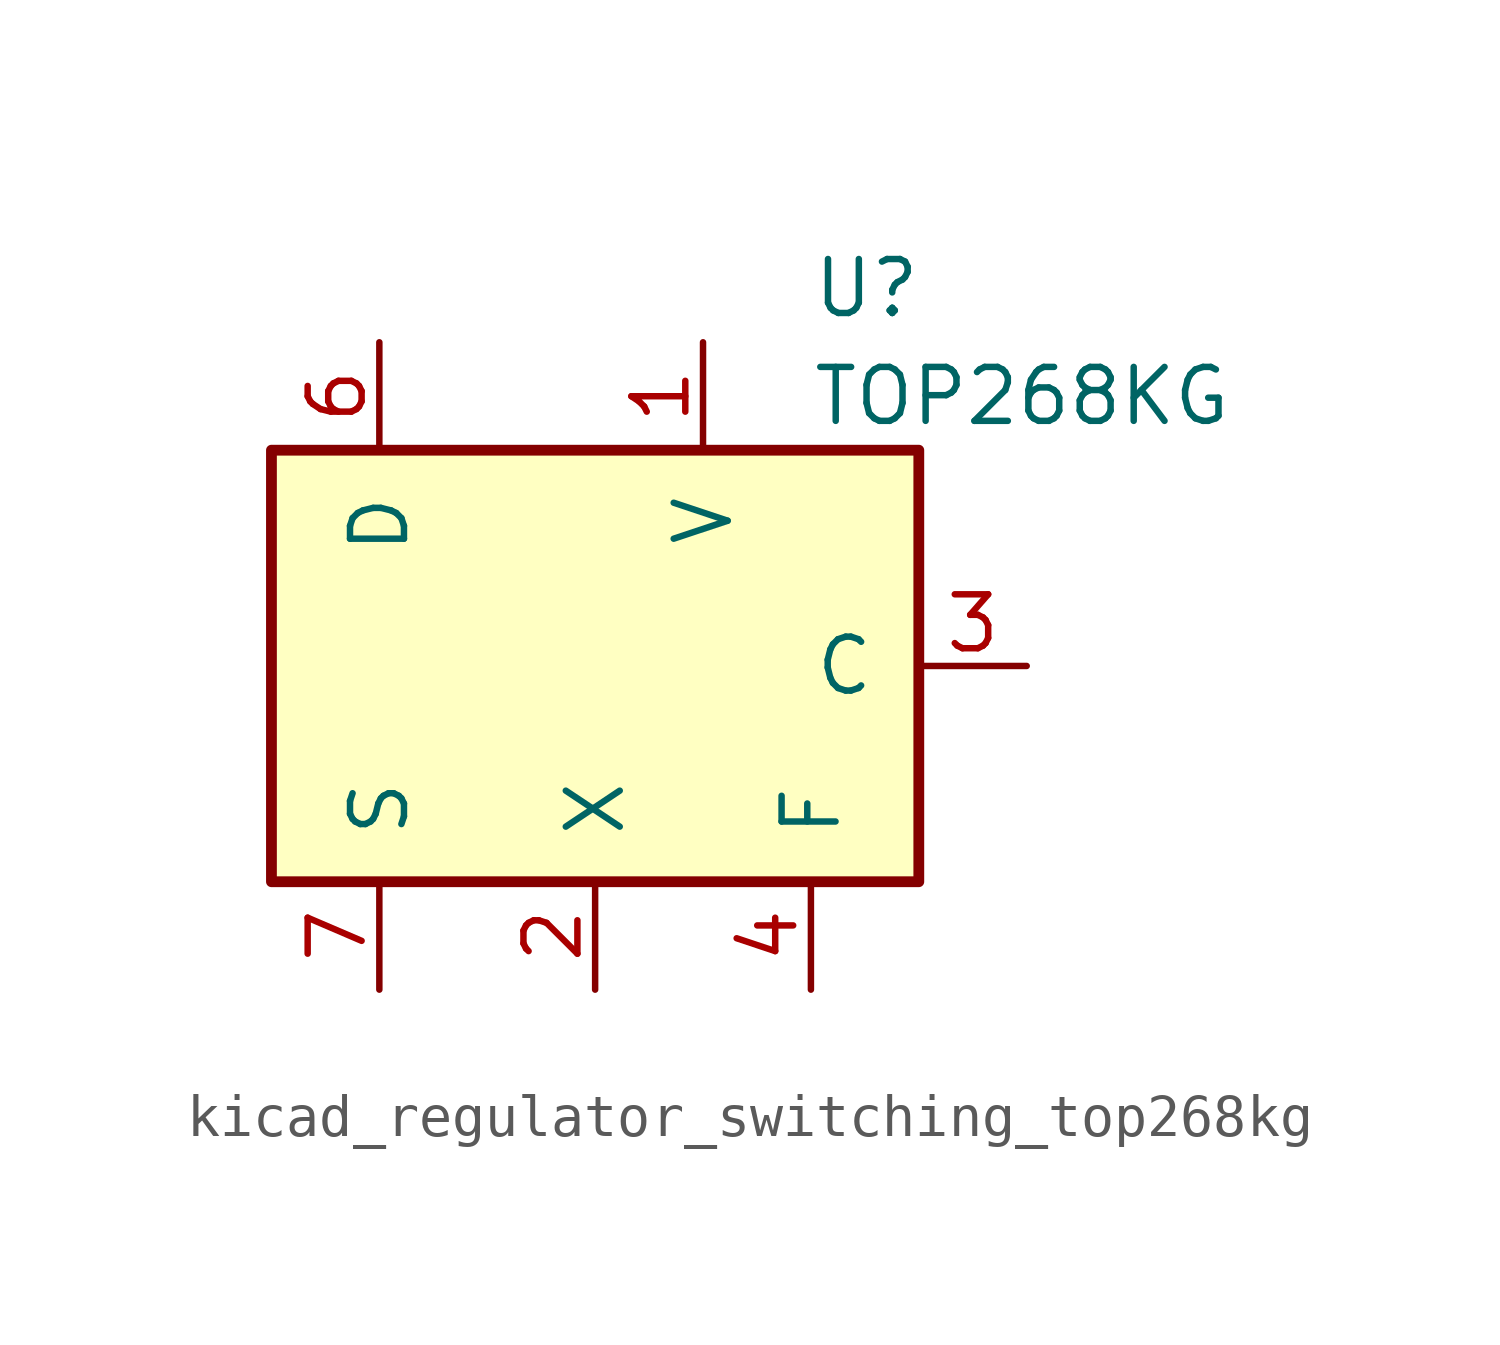
<source format=kicad_sym>
(kicad_symbol_lib
  (version 20220914)
  (generator kicad_symbol_editor)
  (symbol "kicad_regulator_switching_top268kg"
    (pin_names
      (offset 1.016))
    (property "Reference" "U"
      (at 5.08 8.89 0)
      (effects (font (size 1.27 1.27)) (justify left)))
    (property "Value" "TOP268KG"
      (at 5.08 6.35 0)
      (effects (font (size 1.27 1.27)) (justify left)))
    (symbol "kicad_regulator_switching_top268kg_0_1"
      (rectangle (start -7.62 5.08) (end 7.62 -5.08) (stroke (width 0.254) (type default)) (fill (type background))))
    (symbol "kicad_regulator_switching_top268kg_1_1"
      (pin input line (at 2.54 7.62 270) (length 2.54) (name "V" (effects (font (size 1.27 1.27)))) (number "1" (effects (font (size 1.27 1.27)))))
      (pin passive line (at -5.08 -7.62 90) (length 2.54) hide (name "S" (effects (font (size 1.27 1.27)))) (number "10" (effects (font (size 1.27 1.27)))))
      (pin passive line (at -5.08 -7.62 90) (length 2.54) hide (name "S" (effects (font (size 1.27 1.27)))) (number "11" (effects (font (size 1.27 1.27)))))
      (pin passive line (at -5.08 -7.62 90) (length 2.54) hide (name "S" (effects (font (size 1.27 1.27)))) (number "12" (effects (font (size 1.27 1.27)))))
      (pin input line (at 0 -7.62 90) (length 2.54) (name "X" (effects (font (size 1.27 1.27)))) (number "2" (effects (font (size 1.27 1.27)))))
      (pin input line (at 10.16 0 180) (length 2.54) (name "C" (effects (font (size 1.27 1.27)))) (number "3" (effects (font (size 1.27 1.27)))))
      (pin passive line (at 5.08 -7.62 90) (length 2.54) (name "F" (effects (font (size 1.27 1.27)))) (number "4" (effects (font (size 1.27 1.27)))))
      (pin open_collector line (at -5.08 7.62 270) (length 2.54) (name "D" (effects (font (size 1.27 1.27)))) (number "6" (effects (font (size 1.27 1.27)))))
      (pin power_in line (at -5.08 -7.62 90) (length 2.54) (name "S" (effects (font (size 1.27 1.27)))) (number "7" (effects (font (size 1.27 1.27)))))
      (pin passive line (at -5.08 -7.62 90) (length 2.54) hide (name "S" (effects (font (size 1.27 1.27)))) (number "8" (effects (font (size 1.27 1.27)))))
      (pin passive line (at -5.08 -7.62 90) (length 2.54) hide (name "S" (effects (font (size 1.27 1.27)))) (number "9" (effects (font (size 1.27 1.27))))))))
</source>
